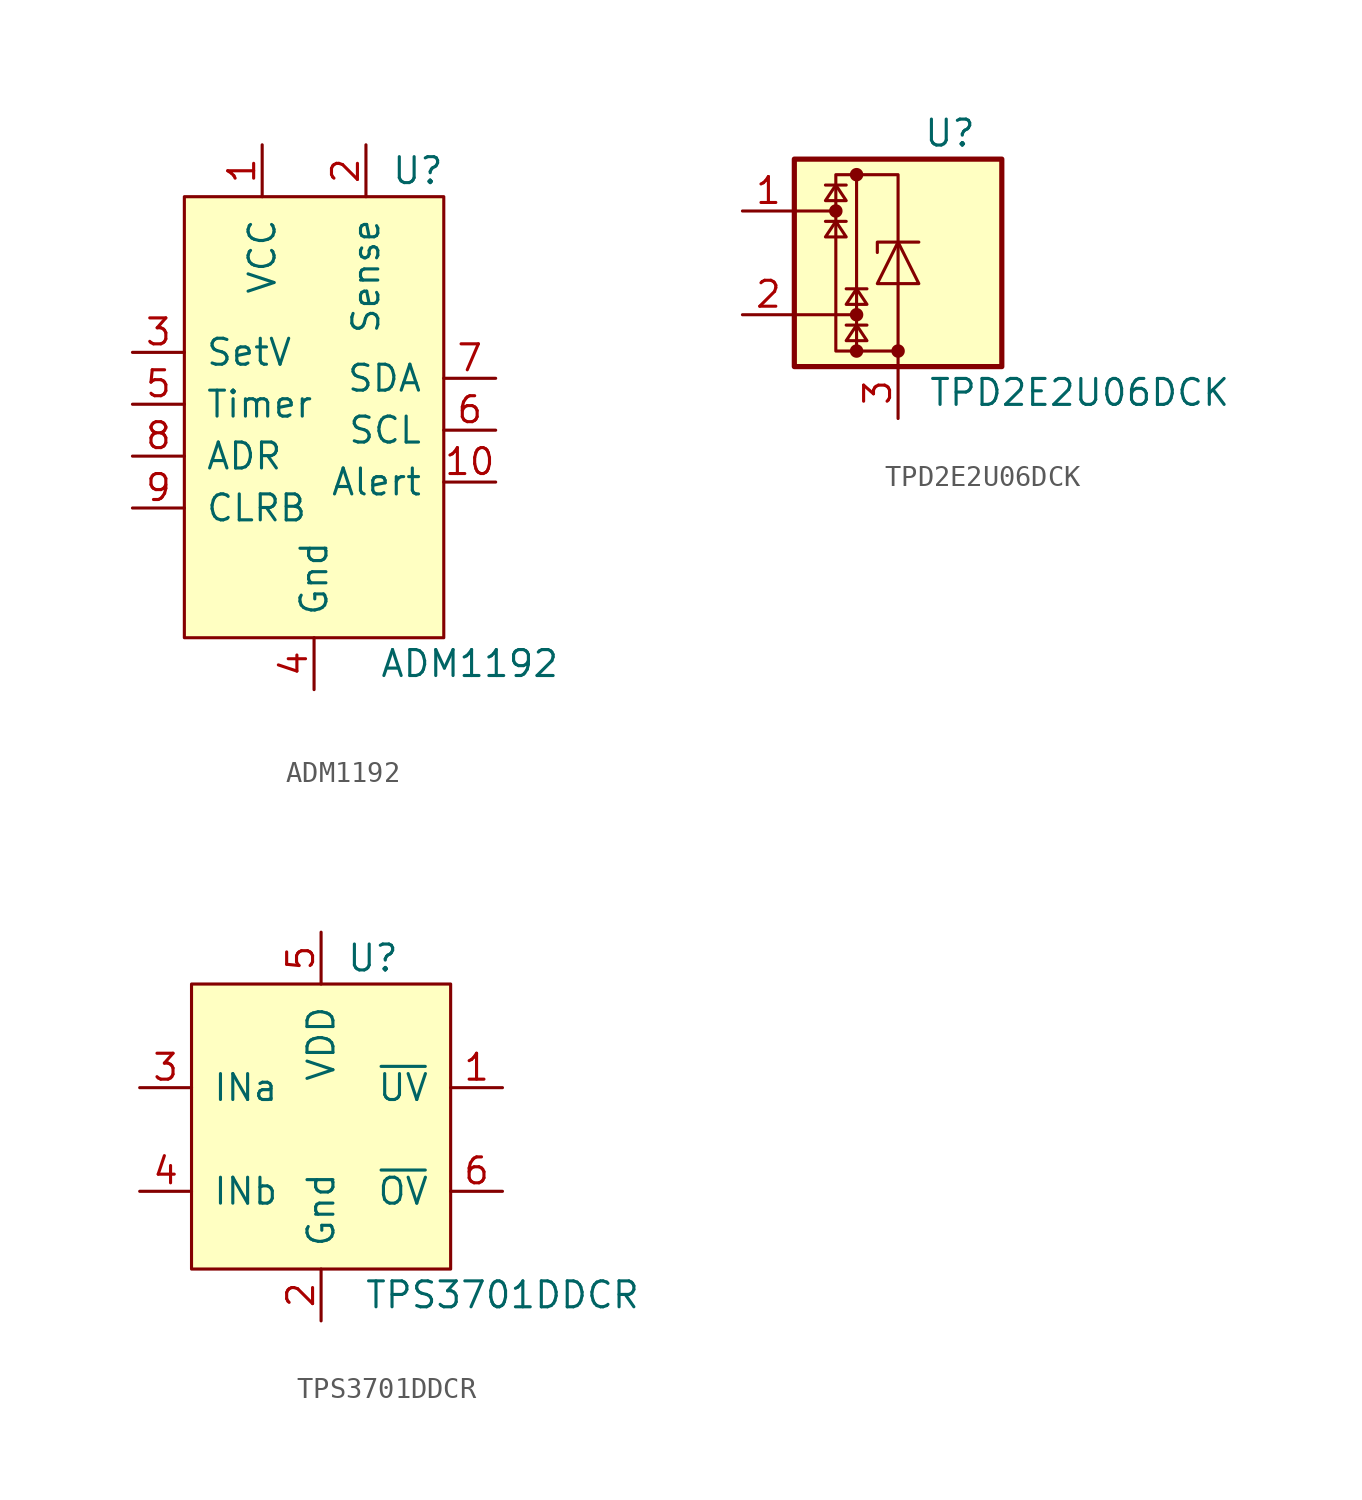
<source format=kicad_sym>
(kicad_symbol_lib
  (version 20201005)
  (generator kicad_symbol_editor)
  (symbol "ADM1192"
    (pin_names
      (offset 1.016))
    (property "Reference" "U"
      (at 5.08 12.7 0)
      (effects (font (size 1.27 1.27))))
    (property "Value" "ADM1192"
      (at 7.62 -11.43 0)
      (effects (font (size 1.27 1.27))))
    (symbol "ADM1192_0_1"
      (rectangle (start -6.35 11.43) (end 6.35 -10.16) (stroke (width 0)) (fill (type background))))
    (symbol "ADM1192_1_1"
      (pin power_in line (at -2.54 13.97 270) (length 2.54) (name "VCC" (effects (font (size 1.27 1.27)))) (number "1" (effects (font (size 1.27 1.27)))))
      (pin open_collector line (at 8.89 -2.54 180) (length 2.54) (name "Alert" (effects (font (size 1.27 1.27)))) (number "10" (effects (font (size 1.27 1.27)))))
      (pin input line (at 2.54 13.97 270) (length 2.54) (name "Sense" (effects (font (size 1.27 1.27)))) (number "2" (effects (font (size 1.27 1.27)))))
      (pin input line (at -8.89 3.81 0) (length 2.54) (name "SetV" (effects (font (size 1.27 1.27)))) (number "3" (effects (font (size 1.27 1.27)))))
      (pin power_in line (at 0 -12.7 90) (length 2.54) (name "Gnd" (effects (font (size 1.27 1.27)))) (number "4" (effects (font (size 1.27 1.27)))))
      (pin passive line (at -8.89 1.27 0) (length 2.54) (name "Timer" (effects (font (size 1.27 1.27)))) (number "5" (effects (font (size 1.27 1.27)))))
      (pin input line (at 8.89 0 180) (length 2.54) (name "SCL" (effects (font (size 1.27 1.27)))) (number "6" (effects (font (size 1.27 1.27)))))
      (pin bidirectional line (at 8.89 2.54 180) (length 2.54) (name "SDA" (effects (font (size 1.27 1.27)))) (number "7" (effects (font (size 1.27 1.27)))))
      (pin passive line (at -8.89 -1.27 0) (length 2.54) (name "ADR" (effects (font (size 1.27 1.27)))) (number "8" (effects (font (size 1.27 1.27)))))
      (pin input line (at -8.89 -3.81 0) (length 2.54) (name "CLRB" (effects (font (size 1.27 1.27)))) (number "9" (effects (font (size 1.27 1.27)))))))
  (symbol "TPD2E2U06DCK"
    (pin_names
      (offset 1.016))
    (property "Reference" "U"
      (at 2.54 6.35 0)
      (effects (font (size 1.27 1.27))))
    (property "Value" "TPD2E2U06DCK"
      (at 8.89 -6.35 0)
      (effects (font (size 1.27 1.27))))
    (symbol "TPD2E2U06DCK_1_1"
      (circle (center -3.048 2.54) (radius 0.254) (stroke (width 0)) (fill (type outline)))
      (circle (center -2.032 -4.318) (radius 0.254) (stroke (width 0)) (fill (type outline)))
      (circle (center -2.032 -2.54) (radius 0.254) (stroke (width 0)) (fill (type outline)))
      (circle (center -2.032 4.318) (radius 0.254) (stroke (width 0)) (fill (type outline)))
      (circle (center 0 -4.318) (radius 0.254) (stroke (width 0)) (fill (type outline)))
      (rectangle (start -5.08 5.08) (end 5.08 -5.08) (stroke (width 0.254)) (fill (type background)))
      (rectangle (start -3.048 4.318) (end 0 -4.318) (stroke (width 0)) (fill (type none)))
      (polyline (pts (xy -3.048 2.54) (xy -5.08 2.54)) (stroke (width 0)) (fill (type none)))
      (polyline (pts (xy -2.54 2.032) (xy -3.556 2.032)) (stroke (width 0)) (fill (type none)))
      (polyline (pts (xy -2.54 3.81) (xy -3.556 3.81)) (stroke (width 0)) (fill (type none)))
      (polyline (pts (xy -2.032 -4.318) (xy -2.032 4.318)) (stroke (width 0)) (fill (type none)))
      (polyline (pts (xy -2.032 -2.54) (xy -5.08 -2.54)) (stroke (width 0)) (fill (type none)))
      (polyline (pts (xy -1.524 -3.048) (xy -2.54 -3.048)) (stroke (width 0)) (fill (type none)))
      (polyline (pts (xy -1.524 -1.27) (xy -2.54 -1.27)) (stroke (width 0)) (fill (type none)))
      (polyline (pts (xy 0 -4.318) (xy 0 -5.08)) (stroke (width 0)) (fill (type none)))
      (polyline (pts (xy 1.016 1.016) (xy -1.016 1.016) (xy -1.016 0.508)) (stroke (width 0)) (fill (type none)))
      (polyline (pts (xy -3.048 2.032) (xy -3.556 1.27) (xy -2.54 1.27) (xy -3.048 2.032)) (stroke (width 0)) (fill (type none)))
      (polyline (pts (xy -3.048 3.81) (xy -3.556 3.048) (xy -2.54 3.048) (xy -3.048 3.81)) (stroke (width 0)) (fill (type none)))
      (polyline (pts (xy -2.032 -3.048) (xy -2.54 -3.81) (xy -1.524 -3.81) (xy -2.032 -3.048)) (stroke (width 0)) (fill (type none)))
      (polyline (pts (xy -2.032 -1.27) (xy -2.54 -2.032) (xy -1.524 -2.032) (xy -2.032 -1.27)) (stroke (width 0)) (fill (type none)))
      (polyline (pts (xy 0 1.016) (xy 1.016 -1.016) (xy -1.016 -1.016) (xy 0 1.016)) (stroke (width 0)) (fill (type none)))
      (pin passive line (at -7.62 2.54 0) (length 2.54) (name "~" (effects (font (size 1.27 1.27)))) (number "1" (effects (font (size 1.27 1.27)))))
      (pin passive line (at -7.62 -2.54 0) (length 2.54) (name "~" (effects (font (size 1.27 1.27)))) (number "2" (effects (font (size 1.27 1.27)))))
      (pin passive line (at 0 -7.62 90) (length 2.54) (name "~" (effects (font (size 1.27 1.27)))) (number "3" (effects (font (size 1.27 1.27)))))))
  (symbol "TPS3701DDCR"
    (pin_names
      (offset 1.016))
    (property "Reference" "U"
      (at 2.54 8.89 0)
      (effects (font (size 1.27 1.27))))
    (property "Value" "TPS3701DDCR"
      (at 8.89 -7.62 0)
      (effects (font (size 1.27 1.27))))
    (symbol "TPS3701DDCR_0_1"
      (rectangle (start -6.35 7.62) (end 6.35 -6.35) (stroke (width 0)) (fill (type background))))
    (symbol "TPS3701DDCR_1_1"
      (pin open_collector line (at 8.89 2.54 180) (length 2.54) (name "~UV" (effects (font (size 1.27 1.27)))) (number "1" (effects (font (size 1.27 1.27)))))
      (pin power_in line (at 0 -8.89 90) (length 2.54) (name "Gnd" (effects (font (size 1.27 1.27)))) (number "2" (effects (font (size 1.27 1.27)))))
      (pin input line (at -8.89 2.54 0) (length 2.54) (name "INa" (effects (font (size 1.27 1.27)))) (number "3" (effects (font (size 1.27 1.27)))))
      (pin input line (at -8.89 -2.54 0) (length 2.54) (name "INb" (effects (font (size 1.27 1.27)))) (number "4" (effects (font (size 1.27 1.27)))))
      (pin power_in line (at 0 10.16 270) (length 2.54) (name "VDD" (effects (font (size 1.27 1.27)))) (number "5" (effects (font (size 1.27 1.27)))))
      (pin open_collector line (at 8.89 -2.54 180) (length 2.54) (name "~OV" (effects (font (size 1.27 1.27)))) (number "6" (effects (font (size 1.27 1.27))))))))
</source>
